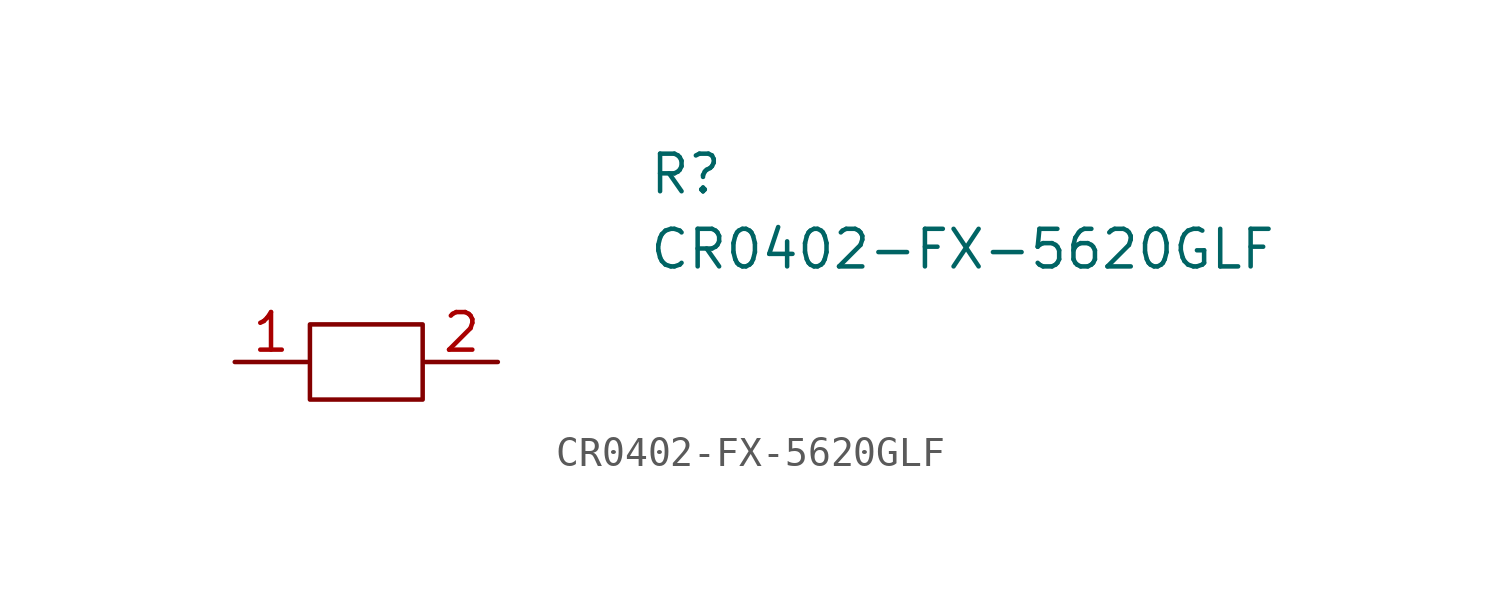
<source format=kicad_sym>
(kicad_symbol_lib
  (version 20211014)
  (generator kicad_symbol_editor)
  (symbol "CR0402-FX-5620GLF"
    (pin_names
      (offset 0.762))
    (property "Reference" "R"
      (at 13.97 6.35 0)
      (effects (font (size 1.27 1.27)) (justify left)))
    (property "Value" "CR0402-FX-5620GLF"
      (at 13.97 3.81 0)
      (effects (font (size 1.27 1.27)) (justify left)))
    (symbol "CR0402-FX-5620GLF_0_0"
      (pin passive line (at 0 0 0) (length 2.45) (name "~" (effects (font (size 1.27 1.27)))) (number "1" (effects (font (size 1.27 1.27)))))
      (pin passive line (at 8.89 0 180) (length 2.45) (name "~" (effects (font (size 1.27 1.27)))) (number "2" (effects (font (size 1.27 1.27))))))
    (symbol "CR0402-FX-5620GLF_0_1"
      (polyline (pts (xy 2.54 1.27) (xy 6.35 1.27) (xy 6.35 -1.27) (xy 2.54 -1.27) (xy 2.54 1.27)) (stroke (width 0.152) (type default) (color 0 0 0 0)) (fill (type none))))))
</source>
